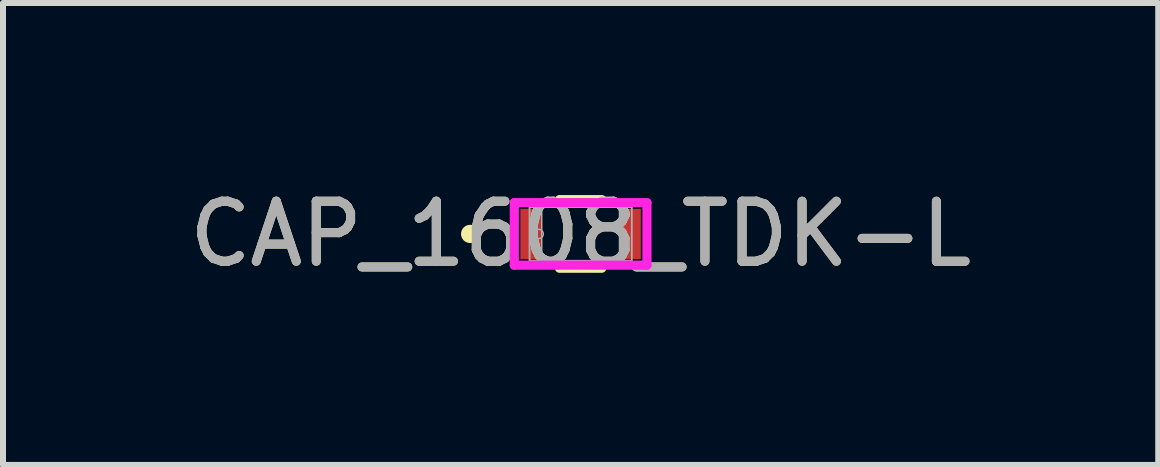
<source format=kicad_pcb>
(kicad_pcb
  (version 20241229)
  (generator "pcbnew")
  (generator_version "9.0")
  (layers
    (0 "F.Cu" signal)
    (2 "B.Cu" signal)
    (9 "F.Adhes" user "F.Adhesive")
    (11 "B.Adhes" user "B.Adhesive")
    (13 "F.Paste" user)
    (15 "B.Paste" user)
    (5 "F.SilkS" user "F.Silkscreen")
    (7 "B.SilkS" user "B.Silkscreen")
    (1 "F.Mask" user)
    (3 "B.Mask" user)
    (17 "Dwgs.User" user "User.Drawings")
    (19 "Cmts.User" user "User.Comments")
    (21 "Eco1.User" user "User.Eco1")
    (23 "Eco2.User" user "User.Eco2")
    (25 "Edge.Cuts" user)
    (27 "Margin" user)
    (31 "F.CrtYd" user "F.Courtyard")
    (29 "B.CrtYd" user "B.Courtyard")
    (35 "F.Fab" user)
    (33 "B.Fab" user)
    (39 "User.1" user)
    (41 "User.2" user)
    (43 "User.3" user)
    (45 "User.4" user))
  (footprint "CAP_1608_TDK-L"
    (layer "F.Cu")
    (at 6.625 0.848)
    (property "Reference" "CAP_1608_TDK-L" (at 0 0 0) (unlocked yes) (layer "F.SilkS") (effects (font (size 1 1) (thickness 0.15))))
    (attr smd)
    (fp_line (start -0.352 0.572) (end 0.352 0.572) (stroke (width 0.152) (type solid)) (layer "F.SilkS"))
    (fp_line (start 0.352 -0.572) (end -0.352 -0.572) (stroke (width 0.152) (type solid)) (layer "F.SilkS"))
    (fp_circle (center -1.841 0) (end -1.765 0) (stroke (width 0.152) (type solid)) (fill no) (layer "F.SilkS"))
    (fp_line (start -1.105 -0.521) (end 1.105 -0.521) (stroke (width 0.152) (type solid)) (layer "F.CrtYd"))
    (fp_line (start -1.105 0.521) (end -1.105 -0.521) (stroke (width 0.152) (type solid)) (layer "F.CrtYd"))
    (fp_line (start 1.105 -0.521) (end 1.105 0.521) (stroke (width 0.152) (type solid)) (layer "F.CrtYd"))
    (fp_line (start 1.105 0.521) (end -1.105 0.521) (stroke (width 0.152) (type solid)) (layer "F.CrtYd"))
    (fp_line (start -0.851 -0.445) (end -0.851 0.445) (stroke (width 0.025) (type solid)) (layer "F.Fab"))
    (fp_line (start -0.851 -0.445) (end -0.851 0.445) (stroke (width 0.025) (type solid)) (layer "F.Fab"))
    (fp_line (start -0.851 0.445) (end -0.648 0.445) (stroke (width 0.025) (type solid)) (layer "F.Fab"))
    (fp_line (start -0.851 0.445) (end 0.851 0.445) (stroke (width 0.025) (type solid)) (layer "F.Fab"))
    (fp_line (start -0.648 -0.445) (end -0.851 -0.445) (stroke (width 0.025) (type solid)) (layer "F.Fab"))
    (fp_line (start -0.648 0.445) (end -0.648 -0.445) (stroke (width 0.025) (type solid)) (layer "F.Fab"))
    (fp_line (start 0.648 -0.445) (end 0.648 0.445) (stroke (width 0.025) (type solid)) (layer "F.Fab"))
    (fp_line (start 0.648 0.445) (end 0.851 0.445) (stroke (width 0.025) (type solid)) (layer "F.Fab"))
    (fp_line (start 0.851 -0.445) (end -0.851 -0.445) (stroke (width 0.025) (type solid)) (layer "F.Fab"))
    (fp_line (start 0.851 -0.445) (end 0.648 -0.445) (stroke (width 0.025) (type solid)) (layer "F.Fab"))
    (fp_line (start 0.851 0.445) (end 0.851 -0.445) (stroke (width 0.025) (type solid)) (layer "F.Fab"))
    (fp_line (start 0.851 0.445) (end 0.851 -0.445) (stroke (width 0.025) (type solid)) (layer "F.Fab"))
    (fp_circle (center -0.699 0) (end -0.622 0) (stroke (width 0.025) (type solid)) (fill no) (layer "F.Fab"))
    (fp_text user "${REFERENCE}" (at 0 0 0) (unlocked yes) (layer "F.Fab") (effects (font (size 1 1) (thickness 0.15))))
    (pad "1" smd rect (at -0.826 0) (size 0.356 0.838) (layers "F.Cu" "F.Mask" "F.Paste"))
    (pad "2" smd rect (at 0.826 0) (size 0.356 0.838) (layers "F.Cu" "F.Mask" "F.Paste"))
    (zone (net_name "") (layer "F.Cu") (hatch full 0.508) (connect_pads) (min_thickness 0.254) (filled_areas_thickness no) (keepout (tracks not_allowed) (vias not_allowed) (pads allowed) (copperpour not_allowed) (footprints allowed)) (placement (enabled no)) (fill) (polygon (pts (xy 6.028 0.455) (xy 7.222 0.455) (xy 7.222 1.242) (xy 6.028 1.242)))))
  (gr_rect
    (start -3 -3)
    (end 16.25 4.697)
    (stroke (width 0.1) (type default))
    (fill no)
    (layer "Edge.Cuts")))
</source>
